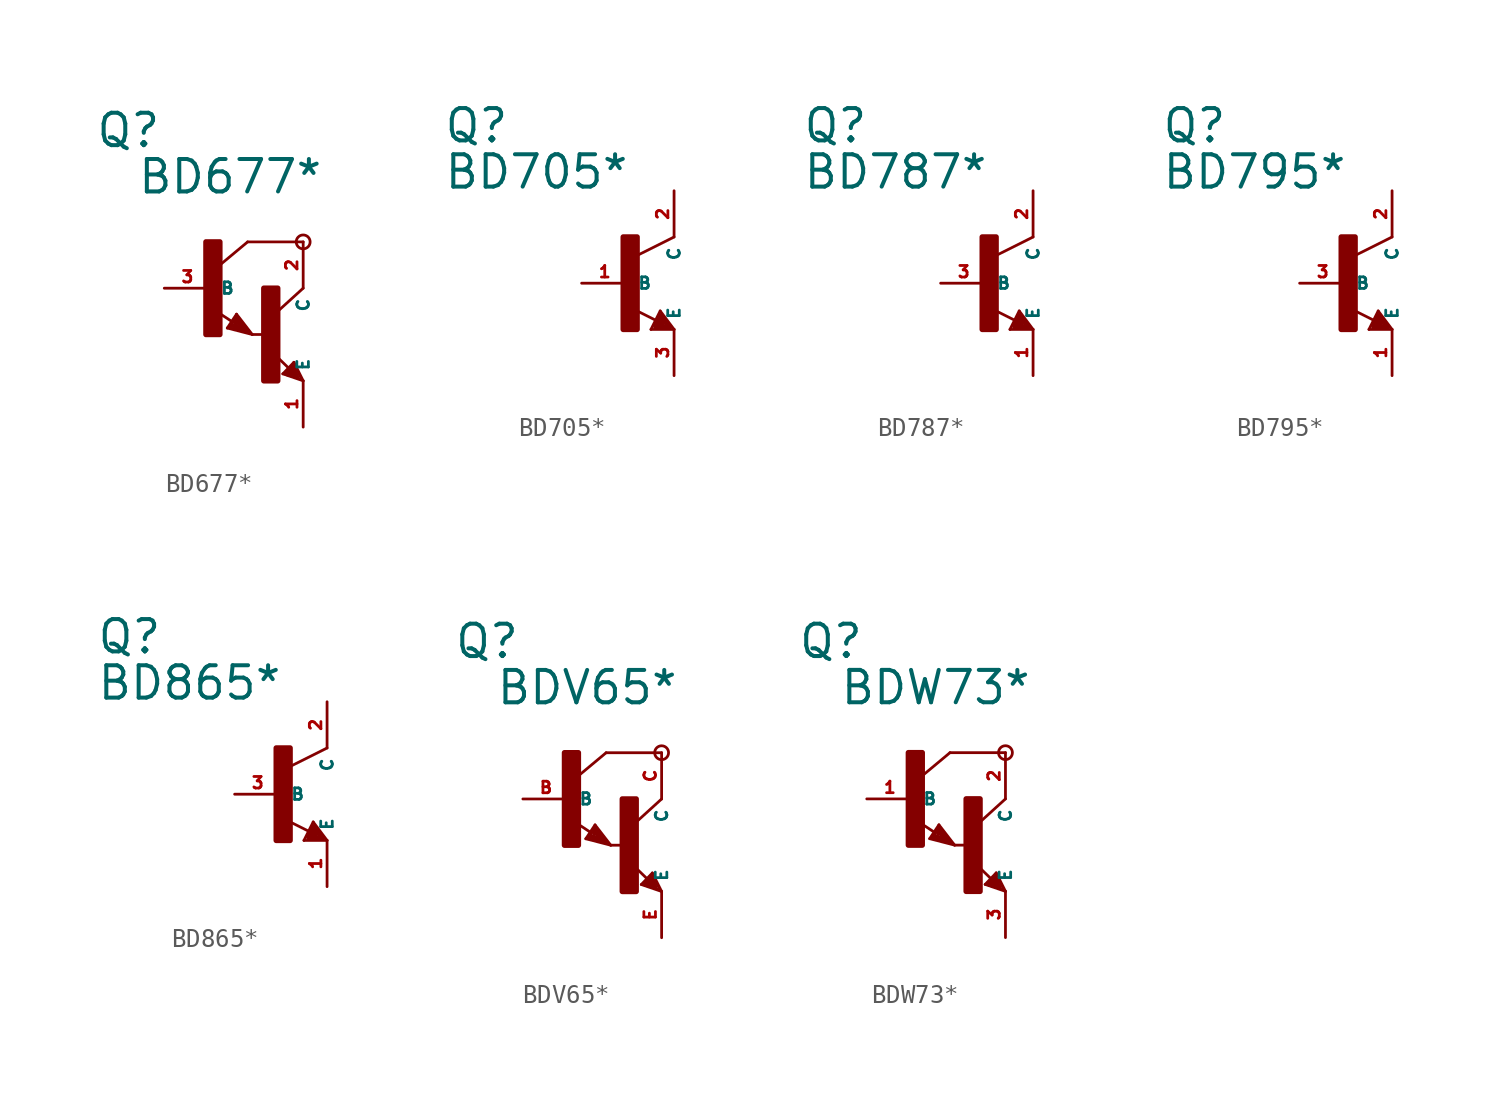
<source format=kicad_sym>
(kicad_symbol_lib
  (version 20220914)
  (generator Eagle2Kicad)
  (symbol "BD677*"
    (property "Reference" "Q"
      (at -6.35 7.62 0)
      (effects (font (size 1.778 1.778) (thickness 0.22)) (justify left bottom)))
    (property "Value" "BD677*"
      (at -4.064 5.08 0)
      (effects (font (size 1.778 1.778) (thickness 0.22)) (justify left bottom)))
    (polyline
      (pts (xy 5.08 2.54) (xy 2.032 2.54))
      (stroke (width 0.152) (type default))
      (fill (type none)))
    (polyline
      (pts (xy 1.424 -1.424) (xy 2.286 -2.54))
      (stroke (width 0.152) (type default))
      (fill (type none)))
    (polyline
      (pts (xy 2.921 -2.54) (xy 2.286 -2.54))
      (stroke (width 0.152) (type default))
      (fill (type none)))
    (polyline
      (pts (xy 0.916 -2.186) (xy 1.424 -1.424))
      (stroke (width 0.152) (type default))
      (fill (type none)))
    (polyline
      (pts (xy 2.286 -2.54) (xy 0.916 -2.186))
      (stroke (width 0.152) (type default))
      (fill (type none)))
    (polyline
      (pts (xy 2.032 2.54) (xy 0.508 1.27))
      (stroke (width 0.152) (type default))
      (fill (type none)))
    (polyline
      (pts (xy 5.08 0) (xy 3.683 -1.27))
      (stroke (width 0.152) (type default))
      (fill (type none)))
    (polyline
      (pts (xy 5.08 -5.08) (xy 3.964 -4.699))
      (stroke (width 0.152) (type default))
      (fill (type none)))
    (polyline
      (pts (xy 4.572 -4.064) (xy 5.08 -5.08))
      (stroke (width 0.152) (type default))
      (fill (type none)))
    (polyline
      (pts (xy 3.964 -4.699) (xy 4.572 -4.064))
      (stroke (width 0.152) (type default))
      (fill (type none)))
    (polyline
      (pts (xy 1.186 -1.84) (xy 0.208 -1.197))
      (stroke (width 0.152) (type default))
      (fill (type none)))
    (polyline
      (pts (xy 4.28 -4.38) (xy 3.483 -3.61))
      (stroke (width 0.152) (type default))
      (fill (type none)))
    (polyline
      (pts (xy 2.159 -2.413) (xy 1.397 -1.524))
      (stroke (width 0.127) (type default))
      (fill (type none)))
    (polyline
      (pts (xy 1.397 -1.524) (xy 1.016 -2.159))
      (stroke (width 0.127) (type default))
      (fill (type none)))
    (polyline
      (pts (xy 1.016 -2.159) (xy 2.032 -2.413))
      (stroke (width 0.127) (type default))
      (fill (type none)))
    (polyline
      (pts (xy 2.032 -2.413) (xy 1.397 -1.651))
      (stroke (width 0.127) (type default))
      (fill (type none)))
    (polyline
      (pts (xy 1.397 -1.651) (xy 1.143 -2.032))
      (stroke (width 0.127) (type default))
      (fill (type none)))
    (polyline
      (pts (xy 1.143 -2.032) (xy 1.905 -2.286))
      (stroke (width 0.254) (type default))
      (fill (type none)))
    (polyline
      (pts (xy 1.905 -2.286) (xy 1.397 -1.778))
      (stroke (width 0.254) (type default))
      (fill (type none)))
    (polyline
      (pts (xy 1.397 -1.778) (xy 1.397 -1.905))
      (stroke (width 0.254) (type default))
      (fill (type none)))
    (polyline
      (pts (xy 4.953 -4.953) (xy 4.572 -4.191))
      (stroke (width 0.127) (type default))
      (fill (type none)))
    (polyline
      (pts (xy 4.572 -4.191) (xy 4.064 -4.699))
      (stroke (width 0.127) (type default))
      (fill (type none)))
    (polyline
      (pts (xy 4.064 -4.699) (xy 4.826 -4.953))
      (stroke (width 0.127) (type default))
      (fill (type none)))
    (polyline
      (pts (xy 4.826 -4.953) (xy 4.572 -4.318))
      (stroke (width 0.127) (type default))
      (fill (type none)))
    (polyline
      (pts (xy 4.572 -4.318) (xy 4.191 -4.699))
      (stroke (width 0.254) (type default))
      (fill (type none)))
    (polyline
      (pts (xy 4.191 -4.699) (xy 4.699 -4.826))
      (stroke (width 0.254) (type default))
      (fill (type none)))
    (polyline
      (pts (xy 4.699 -4.826) (xy 4.572 -4.572))
      (stroke (width 0.254) (type default))
      (fill (type none)))
    (polyline
      (pts (xy 4.572 -4.572) (xy 4.445 -4.572))
      (stroke (width 0.254) (type default))
      (fill (type none)))
    (circle
      (center 5.08 2.54)
      (radius 0.381)
      (stroke (width 0) (type default))
      (fill (type none)))
    (rectangle
      (start -0.254 -2.54)
      (end 0.508 2.54)
      (stroke (width 0.3) (type default))
      (fill (type outline)))
    (rectangle
      (start 2.921 -5.08)
      (end 3.683 0)
      (stroke (width 0.3) (type default))
      (fill (type outline)))
    (pin passive line
      (at -2.54 0 0)
      (length 2.54)
      (name "B" (effects (font (size 0.635 0.635) (thickness 0.08)) (justify left bottom)))
      (number "3" (effects (font (size 0.635 0.635) (thickness 0.08)) (justify left bottom))))
    (pin passive line
      (at 5.08 -7.62 90)
      (length 2.54)
      (name "E" (effects (font (size 0.635 0.635) (thickness 0.08)) (justify left bottom)))
      (number "1" (effects (font (size 0.635 0.635) (thickness 0.08)) (justify left bottom))))
    (pin passive line
      (at 5.08 2.54 270)
      (length 2.54)
      (name "C" (effects (font (size 0.635 0.635) (thickness 0.08)) (justify left bottom)))
      (number "2" (effects (font (size 0.635 0.635) (thickness 0.08)) (justify left bottom)))))
  (symbol "BD705*"
    (property "Reference" "Q"
      (at -10.16 7.62 0)
      (effects (font (size 1.778 1.778) (thickness 0.22)) (justify left bottom)))
    (property "Value" "BD705*"
      (at -10.16 5.08 0)
      (effects (font (size 1.778 1.778) (thickness 0.22)) (justify left bottom)))
    (polyline
      (pts (xy 2.54 2.54) (xy 0.508 1.524))
      (stroke (width 0.152) (type default))
      (fill (type none)))
    (polyline
      (pts (xy 1.778 -1.524) (xy 2.54 -2.54))
      (stroke (width 0.152) (type default))
      (fill (type none)))
    (polyline
      (pts (xy 2.54 -2.54) (xy 1.27 -2.54))
      (stroke (width 0.152) (type default))
      (fill (type none)))
    (polyline
      (pts (xy 1.27 -2.54) (xy 1.778 -1.524))
      (stroke (width 0.152) (type default))
      (fill (type none)))
    (polyline
      (pts (xy 1.54 -2.04) (xy 0.308 -1.424))
      (stroke (width 0.152) (type default))
      (fill (type none)))
    (polyline
      (pts (xy 1.524 -2.413) (xy 2.286 -2.413))
      (stroke (width 0.254) (type default))
      (fill (type none)))
    (polyline
      (pts (xy 2.286 -2.413) (xy 1.778 -1.778))
      (stroke (width 0.254) (type default))
      (fill (type none)))
    (polyline
      (pts (xy 1.778 -1.778) (xy 1.524 -2.286))
      (stroke (width 0.254) (type default))
      (fill (type none)))
    (polyline
      (pts (xy 1.524 -2.286) (xy 1.905 -2.286))
      (stroke (width 0.254) (type default))
      (fill (type none)))
    (polyline
      (pts (xy 1.905 -2.286) (xy 1.778 -2.032))
      (stroke (width 0.254) (type default))
      (fill (type none)))
    (rectangle
      (start -0.254 -2.54)
      (end 0.508 2.54)
      (stroke (width 0.3) (type default))
      (fill (type outline)))
    (pin passive line
      (at -2.54 0 0)
      (length 2.54)
      (name "B" (effects (font (size 0.635 0.635) (thickness 0.08)) (justify left bottom)))
      (number "1" (effects (font (size 0.635 0.635) (thickness 0.08)) (justify left bottom))))
    (pin passive line
      (at 2.54 -5.08 90)
      (length 2.54)
      (name "E" (effects (font (size 0.635 0.635) (thickness 0.08)) (justify left bottom)))
      (number "3" (effects (font (size 0.635 0.635) (thickness 0.08)) (justify left bottom))))
    (pin passive line
      (at 2.54 5.08 270)
      (length 2.54)
      (name "C" (effects (font (size 0.635 0.635) (thickness 0.08)) (justify left bottom)))
      (number "2" (effects (font (size 0.635 0.635) (thickness 0.08)) (justify left bottom)))))
  (symbol "BD787*"
    (property "Reference" "Q"
      (at -10.16 7.62 0)
      (effects (font (size 1.778 1.778) (thickness 0.22)) (justify left bottom)))
    (property "Value" "BD787*"
      (at -10.16 5.08 0)
      (effects (font (size 1.778 1.778) (thickness 0.22)) (justify left bottom)))
    (polyline
      (pts (xy 2.54 2.54) (xy 0.508 1.524))
      (stroke (width 0.152) (type default))
      (fill (type none)))
    (polyline
      (pts (xy 1.778 -1.524) (xy 2.54 -2.54))
      (stroke (width 0.152) (type default))
      (fill (type none)))
    (polyline
      (pts (xy 2.54 -2.54) (xy 1.27 -2.54))
      (stroke (width 0.152) (type default))
      (fill (type none)))
    (polyline
      (pts (xy 1.27 -2.54) (xy 1.778 -1.524))
      (stroke (width 0.152) (type default))
      (fill (type none)))
    (polyline
      (pts (xy 1.54 -2.04) (xy 0.308 -1.424))
      (stroke (width 0.152) (type default))
      (fill (type none)))
    (polyline
      (pts (xy 1.524 -2.413) (xy 2.286 -2.413))
      (stroke (width 0.254) (type default))
      (fill (type none)))
    (polyline
      (pts (xy 2.286 -2.413) (xy 1.778 -1.778))
      (stroke (width 0.254) (type default))
      (fill (type none)))
    (polyline
      (pts (xy 1.778 -1.778) (xy 1.524 -2.286))
      (stroke (width 0.254) (type default))
      (fill (type none)))
    (polyline
      (pts (xy 1.524 -2.286) (xy 1.905 -2.286))
      (stroke (width 0.254) (type default))
      (fill (type none)))
    (polyline
      (pts (xy 1.905 -2.286) (xy 1.778 -2.032))
      (stroke (width 0.254) (type default))
      (fill (type none)))
    (rectangle
      (start -0.254 -2.54)
      (end 0.508 2.54)
      (stroke (width 0.3) (type default))
      (fill (type outline)))
    (pin passive line
      (at -2.54 0 0)
      (length 2.54)
      (name "B" (effects (font (size 0.635 0.635) (thickness 0.08)) (justify left bottom)))
      (number "3" (effects (font (size 0.635 0.635) (thickness 0.08)) (justify left bottom))))
    (pin passive line
      (at 2.54 -5.08 90)
      (length 2.54)
      (name "E" (effects (font (size 0.635 0.635) (thickness 0.08)) (justify left bottom)))
      (number "1" (effects (font (size 0.635 0.635) (thickness 0.08)) (justify left bottom))))
    (pin passive line
      (at 2.54 5.08 270)
      (length 2.54)
      (name "C" (effects (font (size 0.635 0.635) (thickness 0.08)) (justify left bottom)))
      (number "2" (effects (font (size 0.635 0.635) (thickness 0.08)) (justify left bottom)))))
  (symbol "BD795*"
    (property "Reference" "Q"
      (at -10.16 7.62 0)
      (effects (font (size 1.778 1.778) (thickness 0.22)) (justify left bottom)))
    (property "Value" "BD795*"
      (at -10.16 5.08 0)
      (effects (font (size 1.778 1.778) (thickness 0.22)) (justify left bottom)))
    (polyline
      (pts (xy 2.54 2.54) (xy 0.508 1.524))
      (stroke (width 0.152) (type default))
      (fill (type none)))
    (polyline
      (pts (xy 1.778 -1.524) (xy 2.54 -2.54))
      (stroke (width 0.152) (type default))
      (fill (type none)))
    (polyline
      (pts (xy 2.54 -2.54) (xy 1.27 -2.54))
      (stroke (width 0.152) (type default))
      (fill (type none)))
    (polyline
      (pts (xy 1.27 -2.54) (xy 1.778 -1.524))
      (stroke (width 0.152) (type default))
      (fill (type none)))
    (polyline
      (pts (xy 1.54 -2.04) (xy 0.308 -1.424))
      (stroke (width 0.152) (type default))
      (fill (type none)))
    (polyline
      (pts (xy 1.524 -2.413) (xy 2.286 -2.413))
      (stroke (width 0.254) (type default))
      (fill (type none)))
    (polyline
      (pts (xy 2.286 -2.413) (xy 1.778 -1.778))
      (stroke (width 0.254) (type default))
      (fill (type none)))
    (polyline
      (pts (xy 1.778 -1.778) (xy 1.524 -2.286))
      (stroke (width 0.254) (type default))
      (fill (type none)))
    (polyline
      (pts (xy 1.524 -2.286) (xy 1.905 -2.286))
      (stroke (width 0.254) (type default))
      (fill (type none)))
    (polyline
      (pts (xy 1.905 -2.286) (xy 1.778 -2.032))
      (stroke (width 0.254) (type default))
      (fill (type none)))
    (rectangle
      (start -0.254 -2.54)
      (end 0.508 2.54)
      (stroke (width 0.3) (type default))
      (fill (type outline)))
    (pin passive line
      (at -2.54 0 0)
      (length 2.54)
      (name "B" (effects (font (size 0.635 0.635) (thickness 0.08)) (justify left bottom)))
      (number "3" (effects (font (size 0.635 0.635) (thickness 0.08)) (justify left bottom))))
    (pin passive line
      (at 2.54 -5.08 90)
      (length 2.54)
      (name "E" (effects (font (size 0.635 0.635) (thickness 0.08)) (justify left bottom)))
      (number "1" (effects (font (size 0.635 0.635) (thickness 0.08)) (justify left bottom))))
    (pin passive line
      (at 2.54 5.08 270)
      (length 2.54)
      (name "C" (effects (font (size 0.635 0.635) (thickness 0.08)) (justify left bottom)))
      (number "2" (effects (font (size 0.635 0.635) (thickness 0.08)) (justify left bottom)))))
  (symbol "BD865*"
    (property "Reference" "Q"
      (at -10.16 7.62 0)
      (effects (font (size 1.778 1.778) (thickness 0.22)) (justify left bottom)))
    (property "Value" "BD865*"
      (at -10.16 5.08 0)
      (effects (font (size 1.778 1.778) (thickness 0.22)) (justify left bottom)))
    (polyline
      (pts (xy 2.54 2.54) (xy 0.508 1.524))
      (stroke (width 0.152) (type default))
      (fill (type none)))
    (polyline
      (pts (xy 1.778 -1.524) (xy 2.54 -2.54))
      (stroke (width 0.152) (type default))
      (fill (type none)))
    (polyline
      (pts (xy 2.54 -2.54) (xy 1.27 -2.54))
      (stroke (width 0.152) (type default))
      (fill (type none)))
    (polyline
      (pts (xy 1.27 -2.54) (xy 1.778 -1.524))
      (stroke (width 0.152) (type default))
      (fill (type none)))
    (polyline
      (pts (xy 1.54 -2.04) (xy 0.308 -1.424))
      (stroke (width 0.152) (type default))
      (fill (type none)))
    (polyline
      (pts (xy 1.524 -2.413) (xy 2.286 -2.413))
      (stroke (width 0.254) (type default))
      (fill (type none)))
    (polyline
      (pts (xy 2.286 -2.413) (xy 1.778 -1.778))
      (stroke (width 0.254) (type default))
      (fill (type none)))
    (polyline
      (pts (xy 1.778 -1.778) (xy 1.524 -2.286))
      (stroke (width 0.254) (type default))
      (fill (type none)))
    (polyline
      (pts (xy 1.524 -2.286) (xy 1.905 -2.286))
      (stroke (width 0.254) (type default))
      (fill (type none)))
    (polyline
      (pts (xy 1.905 -2.286) (xy 1.778 -2.032))
      (stroke (width 0.254) (type default))
      (fill (type none)))
    (rectangle
      (start -0.254 -2.54)
      (end 0.508 2.54)
      (stroke (width 0.3) (type default))
      (fill (type outline)))
    (pin passive line
      (at -2.54 0 0)
      (length 2.54)
      (name "B" (effects (font (size 0.635 0.635) (thickness 0.08)) (justify left bottom)))
      (number "3" (effects (font (size 0.635 0.635) (thickness 0.08)) (justify left bottom))))
    (pin passive line
      (at 2.54 -5.08 90)
      (length 2.54)
      (name "E" (effects (font (size 0.635 0.635) (thickness 0.08)) (justify left bottom)))
      (number "1" (effects (font (size 0.635 0.635) (thickness 0.08)) (justify left bottom))))
    (pin passive line
      (at 2.54 5.08 270)
      (length 2.54)
      (name "C" (effects (font (size 0.635 0.635) (thickness 0.08)) (justify left bottom)))
      (number "2" (effects (font (size 0.635 0.635) (thickness 0.08)) (justify left bottom)))))
  (symbol "BDV65*"
    (property "Reference" "Q"
      (at -6.35 7.62 0)
      (effects (font (size 1.778 1.778) (thickness 0.22)) (justify left bottom)))
    (property "Value" "BDV65*"
      (at -4.064 5.08 0)
      (effects (font (size 1.778 1.778) (thickness 0.22)) (justify left bottom)))
    (polyline
      (pts (xy 5.08 2.54) (xy 2.032 2.54))
      (stroke (width 0.152) (type default))
      (fill (type none)))
    (polyline
      (pts (xy 1.424 -1.424) (xy 2.286 -2.54))
      (stroke (width 0.152) (type default))
      (fill (type none)))
    (polyline
      (pts (xy 2.921 -2.54) (xy 2.286 -2.54))
      (stroke (width 0.152) (type default))
      (fill (type none)))
    (polyline
      (pts (xy 0.916 -2.186) (xy 1.424 -1.424))
      (stroke (width 0.152) (type default))
      (fill (type none)))
    (polyline
      (pts (xy 2.286 -2.54) (xy 0.916 -2.186))
      (stroke (width 0.152) (type default))
      (fill (type none)))
    (polyline
      (pts (xy 2.032 2.54) (xy 0.508 1.27))
      (stroke (width 0.152) (type default))
      (fill (type none)))
    (polyline
      (pts (xy 5.08 0) (xy 3.683 -1.27))
      (stroke (width 0.152) (type default))
      (fill (type none)))
    (polyline
      (pts (xy 5.08 -5.08) (xy 3.964 -4.699))
      (stroke (width 0.152) (type default))
      (fill (type none)))
    (polyline
      (pts (xy 4.572 -4.064) (xy 5.08 -5.08))
      (stroke (width 0.152) (type default))
      (fill (type none)))
    (polyline
      (pts (xy 3.964 -4.699) (xy 4.572 -4.064))
      (stroke (width 0.152) (type default))
      (fill (type none)))
    (polyline
      (pts (xy 1.186 -1.84) (xy 0.208 -1.197))
      (stroke (width 0.152) (type default))
      (fill (type none)))
    (polyline
      (pts (xy 4.28 -4.38) (xy 3.483 -3.61))
      (stroke (width 0.152) (type default))
      (fill (type none)))
    (polyline
      (pts (xy 2.159 -2.413) (xy 1.397 -1.524))
      (stroke (width 0.127) (type default))
      (fill (type none)))
    (polyline
      (pts (xy 1.397 -1.524) (xy 1.016 -2.159))
      (stroke (width 0.127) (type default))
      (fill (type none)))
    (polyline
      (pts (xy 1.016 -2.159) (xy 2.032 -2.413))
      (stroke (width 0.127) (type default))
      (fill (type none)))
    (polyline
      (pts (xy 2.032 -2.413) (xy 1.397 -1.651))
      (stroke (width 0.127) (type default))
      (fill (type none)))
    (polyline
      (pts (xy 1.397 -1.651) (xy 1.143 -2.032))
      (stroke (width 0.127) (type default))
      (fill (type none)))
    (polyline
      (pts (xy 1.143 -2.032) (xy 1.905 -2.286))
      (stroke (width 0.254) (type default))
      (fill (type none)))
    (polyline
      (pts (xy 1.905 -2.286) (xy 1.397 -1.778))
      (stroke (width 0.254) (type default))
      (fill (type none)))
    (polyline
      (pts (xy 1.397 -1.778) (xy 1.397 -1.905))
      (stroke (width 0.254) (type default))
      (fill (type none)))
    (polyline
      (pts (xy 4.953 -4.953) (xy 4.572 -4.191))
      (stroke (width 0.127) (type default))
      (fill (type none)))
    (polyline
      (pts (xy 4.572 -4.191) (xy 4.064 -4.699))
      (stroke (width 0.127) (type default))
      (fill (type none)))
    (polyline
      (pts (xy 4.064 -4.699) (xy 4.826 -4.953))
      (stroke (width 0.127) (type default))
      (fill (type none)))
    (polyline
      (pts (xy 4.826 -4.953) (xy 4.572 -4.318))
      (stroke (width 0.127) (type default))
      (fill (type none)))
    (polyline
      (pts (xy 4.572 -4.318) (xy 4.191 -4.699))
      (stroke (width 0.254) (type default))
      (fill (type none)))
    (polyline
      (pts (xy 4.191 -4.699) (xy 4.699 -4.826))
      (stroke (width 0.254) (type default))
      (fill (type none)))
    (polyline
      (pts (xy 4.699 -4.826) (xy 4.572 -4.572))
      (stroke (width 0.254) (type default))
      (fill (type none)))
    (polyline
      (pts (xy 4.572 -4.572) (xy 4.445 -4.572))
      (stroke (width 0.254) (type default))
      (fill (type none)))
    (circle
      (center 5.08 2.54)
      (radius 0.381)
      (stroke (width 0) (type default))
      (fill (type none)))
    (rectangle
      (start -0.254 -2.54)
      (end 0.508 2.54)
      (stroke (width 0.3) (type default))
      (fill (type outline)))
    (rectangle
      (start 2.921 -5.08)
      (end 3.683 0)
      (stroke (width 0.3) (type default))
      (fill (type outline)))
    (pin passive line
      (at -2.54 0 0)
      (length 2.54)
      (name "B" (effects (font (size 0.635 0.635) (thickness 0.08)) (justify left bottom)))
      (number "B" (effects (font (size 0.635 0.635) (thickness 0.08)) (justify left bottom))))
    (pin passive line
      (at 5.08 -7.62 90)
      (length 2.54)
      (name "E" (effects (font (size 0.635 0.635) (thickness 0.08)) (justify left bottom)))
      (number "E" (effects (font (size 0.635 0.635) (thickness 0.08)) (justify left bottom))))
    (pin passive line
      (at 5.08 2.54 270)
      (length 2.54)
      (name "C" (effects (font (size 0.635 0.635) (thickness 0.08)) (justify left bottom)))
      (number "C" (effects (font (size 0.635 0.635) (thickness 0.08)) (justify left bottom)))))
  (symbol "BDW73*"
    (property "Reference" "Q"
      (at -6.35 7.62 0)
      (effects (font (size 1.778 1.778) (thickness 0.22)) (justify left bottom)))
    (property "Value" "BDW73*"
      (at -4.064 5.08 0)
      (effects (font (size 1.778 1.778) (thickness 0.22)) (justify left bottom)))
    (polyline
      (pts (xy 5.08 2.54) (xy 2.032 2.54))
      (stroke (width 0.152) (type default))
      (fill (type none)))
    (polyline
      (pts (xy 1.424 -1.424) (xy 2.286 -2.54))
      (stroke (width 0.152) (type default))
      (fill (type none)))
    (polyline
      (pts (xy 2.921 -2.54) (xy 2.286 -2.54))
      (stroke (width 0.152) (type default))
      (fill (type none)))
    (polyline
      (pts (xy 0.916 -2.186) (xy 1.424 -1.424))
      (stroke (width 0.152) (type default))
      (fill (type none)))
    (polyline
      (pts (xy 2.286 -2.54) (xy 0.916 -2.186))
      (stroke (width 0.152) (type default))
      (fill (type none)))
    (polyline
      (pts (xy 2.032 2.54) (xy 0.508 1.27))
      (stroke (width 0.152) (type default))
      (fill (type none)))
    (polyline
      (pts (xy 5.08 0) (xy 3.683 -1.27))
      (stroke (width 0.152) (type default))
      (fill (type none)))
    (polyline
      (pts (xy 5.08 -5.08) (xy 3.964 -4.699))
      (stroke (width 0.152) (type default))
      (fill (type none)))
    (polyline
      (pts (xy 4.572 -4.064) (xy 5.08 -5.08))
      (stroke (width 0.152) (type default))
      (fill (type none)))
    (polyline
      (pts (xy 3.964 -4.699) (xy 4.572 -4.064))
      (stroke (width 0.152) (type default))
      (fill (type none)))
    (polyline
      (pts (xy 1.186 -1.84) (xy 0.208 -1.197))
      (stroke (width 0.152) (type default))
      (fill (type none)))
    (polyline
      (pts (xy 4.28 -4.38) (xy 3.483 -3.61))
      (stroke (width 0.152) (type default))
      (fill (type none)))
    (polyline
      (pts (xy 2.159 -2.413) (xy 1.397 -1.524))
      (stroke (width 0.127) (type default))
      (fill (type none)))
    (polyline
      (pts (xy 1.397 -1.524) (xy 1.016 -2.159))
      (stroke (width 0.127) (type default))
      (fill (type none)))
    (polyline
      (pts (xy 1.016 -2.159) (xy 2.032 -2.413))
      (stroke (width 0.127) (type default))
      (fill (type none)))
    (polyline
      (pts (xy 2.032 -2.413) (xy 1.397 -1.651))
      (stroke (width 0.127) (type default))
      (fill (type none)))
    (polyline
      (pts (xy 1.397 -1.651) (xy 1.143 -2.032))
      (stroke (width 0.127) (type default))
      (fill (type none)))
    (polyline
      (pts (xy 1.143 -2.032) (xy 1.905 -2.286))
      (stroke (width 0.254) (type default))
      (fill (type none)))
    (polyline
      (pts (xy 1.905 -2.286) (xy 1.397 -1.778))
      (stroke (width 0.254) (type default))
      (fill (type none)))
    (polyline
      (pts (xy 1.397 -1.778) (xy 1.397 -1.905))
      (stroke (width 0.254) (type default))
      (fill (type none)))
    (polyline
      (pts (xy 4.953 -4.953) (xy 4.572 -4.191))
      (stroke (width 0.127) (type default))
      (fill (type none)))
    (polyline
      (pts (xy 4.572 -4.191) (xy 4.064 -4.699))
      (stroke (width 0.127) (type default))
      (fill (type none)))
    (polyline
      (pts (xy 4.064 -4.699) (xy 4.826 -4.953))
      (stroke (width 0.127) (type default))
      (fill (type none)))
    (polyline
      (pts (xy 4.826 -4.953) (xy 4.572 -4.318))
      (stroke (width 0.127) (type default))
      (fill (type none)))
    (polyline
      (pts (xy 4.572 -4.318) (xy 4.191 -4.699))
      (stroke (width 0.254) (type default))
      (fill (type none)))
    (polyline
      (pts (xy 4.191 -4.699) (xy 4.699 -4.826))
      (stroke (width 0.254) (type default))
      (fill (type none)))
    (polyline
      (pts (xy 4.699 -4.826) (xy 4.572 -4.572))
      (stroke (width 0.254) (type default))
      (fill (type none)))
    (polyline
      (pts (xy 4.572 -4.572) (xy 4.445 -4.572))
      (stroke (width 0.254) (type default))
      (fill (type none)))
    (circle
      (center 5.08 2.54)
      (radius 0.381)
      (stroke (width 0) (type default))
      (fill (type none)))
    (rectangle
      (start -0.254 -2.54)
      (end 0.508 2.54)
      (stroke (width 0.3) (type default))
      (fill (type outline)))
    (rectangle
      (start 2.921 -5.08)
      (end 3.683 0)
      (stroke (width 0.3) (type default))
      (fill (type outline)))
    (pin passive line
      (at -2.54 0 0)
      (length 2.54)
      (name "B" (effects (font (size 0.635 0.635) (thickness 0.08)) (justify left bottom)))
      (number "1" (effects (font (size 0.635 0.635) (thickness 0.08)) (justify left bottom))))
    (pin passive line
      (at 5.08 -7.62 90)
      (length 2.54)
      (name "E" (effects (font (size 0.635 0.635) (thickness 0.08)) (justify left bottom)))
      (number "3" (effects (font (size 0.635 0.635) (thickness 0.08)) (justify left bottom))))
    (pin passive line
      (at 5.08 2.54 270)
      (length 2.54)
      (name "C" (effects (font (size 0.635 0.635) (thickness 0.08)) (justify left bottom)))
      (number "2" (effects (font (size 0.635 0.635) (thickness 0.08)) (justify left bottom))))))
</source>
